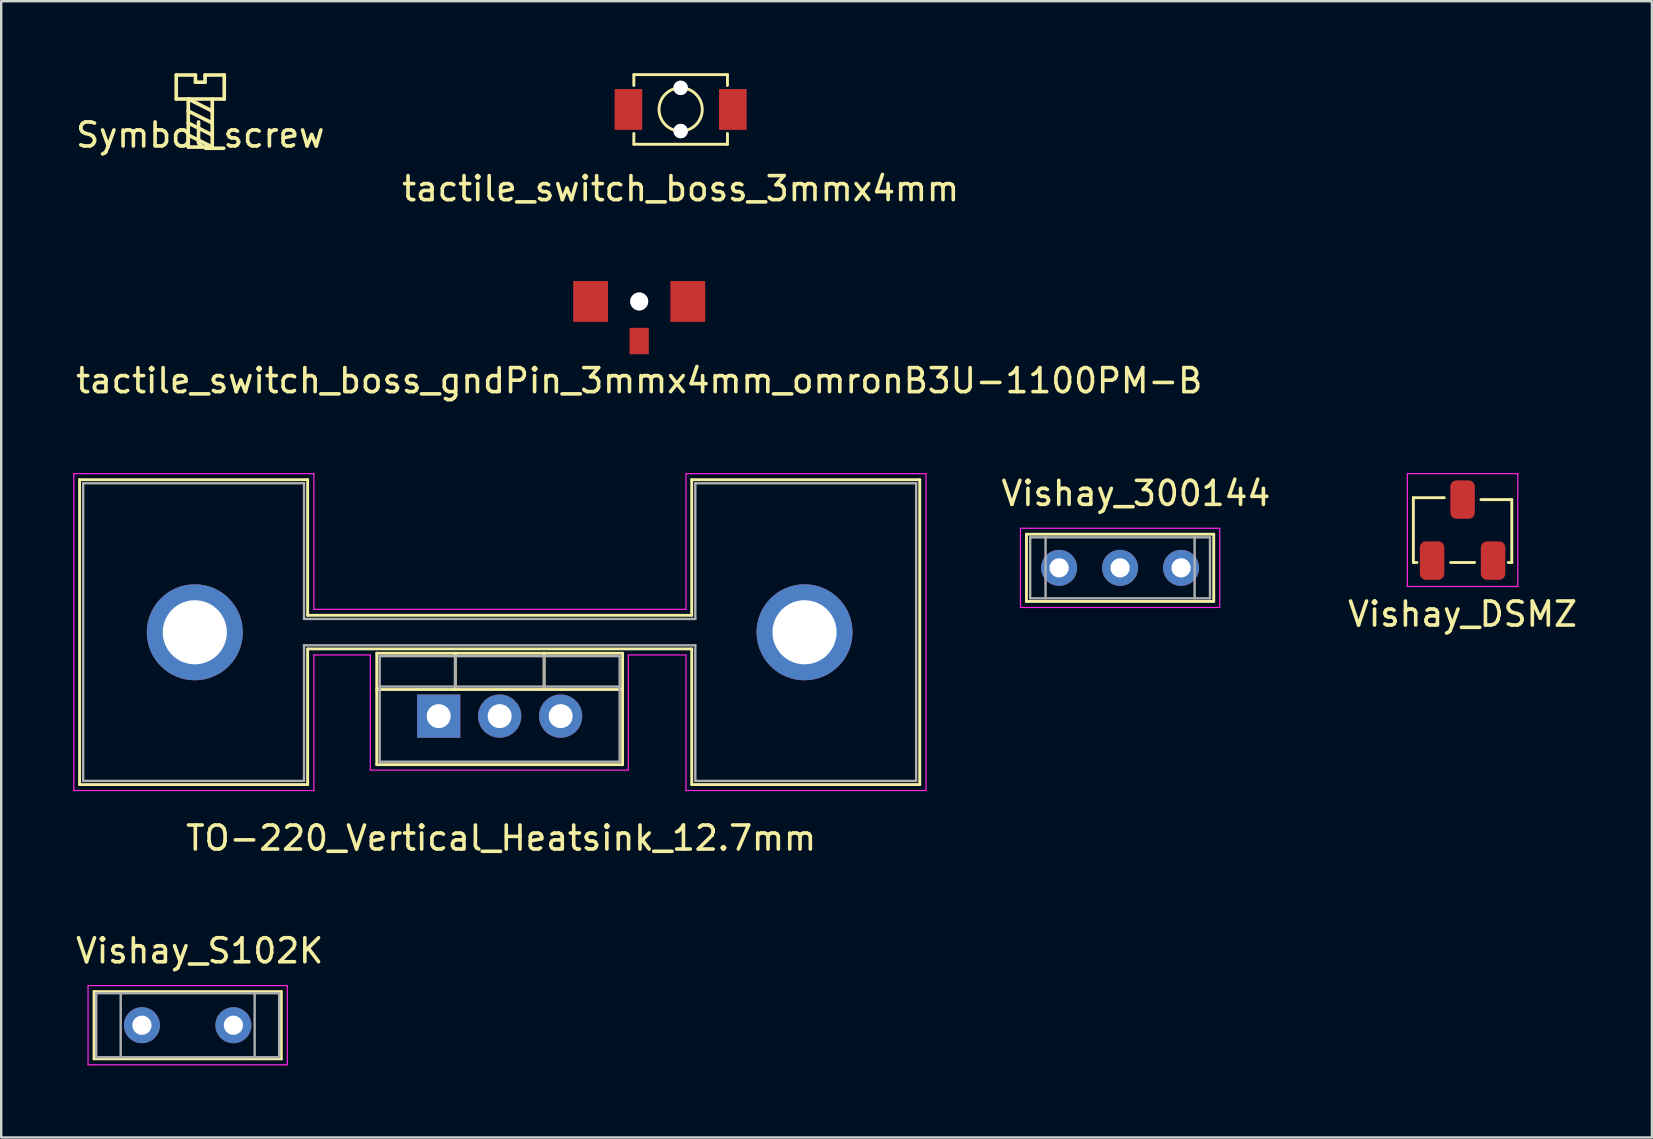
<source format=kicad_pcb>
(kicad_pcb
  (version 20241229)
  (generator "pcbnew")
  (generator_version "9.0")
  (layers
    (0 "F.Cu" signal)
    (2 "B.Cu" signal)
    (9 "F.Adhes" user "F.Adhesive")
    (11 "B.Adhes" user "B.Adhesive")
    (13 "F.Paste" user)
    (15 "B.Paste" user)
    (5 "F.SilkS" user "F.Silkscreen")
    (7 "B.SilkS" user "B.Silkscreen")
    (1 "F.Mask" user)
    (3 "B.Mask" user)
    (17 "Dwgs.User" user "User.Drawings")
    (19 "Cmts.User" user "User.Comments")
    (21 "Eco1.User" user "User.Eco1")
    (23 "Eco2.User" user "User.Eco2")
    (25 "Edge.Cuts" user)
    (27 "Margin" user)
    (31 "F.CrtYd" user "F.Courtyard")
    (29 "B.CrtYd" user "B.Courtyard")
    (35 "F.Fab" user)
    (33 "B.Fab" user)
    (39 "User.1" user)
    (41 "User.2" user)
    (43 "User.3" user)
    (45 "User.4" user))
  (footprint "Vishay_300144"
    (layer "F.Cu")
    (at 41.07 20.605)
    (property "Reference" "Vishay_300144" (at 3.2 -3.1 0) (layer "F.SilkS") (effects (font (size 1 1) (thickness 0.15))))
    (attr through_hole)
    (fp_line (start -1.36 -1.4) (end -1.36 1.4) (stroke (width 0.12) (type solid)) (layer "F.SilkS"))
    (fp_line (start -1.36 1.4) (end 6.44 1.4) (stroke (width 0.12) (type solid)) (layer "F.SilkS"))
    (fp_line (start 6.44 -1.4) (end -1.36 -1.4) (stroke (width 0.12) (type solid)) (layer "F.SilkS"))
    (fp_line (start 6.44 1.4) (end 6.44 -1.4) (stroke (width 0.12) (type solid)) (layer "F.SilkS"))
    (fp_line (start -1.61 -1.65) (end 6.69 -1.65) (stroke (width 0.05) (type solid)) (layer "F.CrtYd"))
    (fp_line (start -1.61 1.65) (end -1.61 -1.65) (stroke (width 0.05) (type solid)) (layer "F.CrtYd"))
    (fp_line (start 6.69 -1.65) (end 6.69 1.65) (stroke (width 0.05) (type solid)) (layer "F.CrtYd"))
    (fp_line (start 6.69 1.65) (end -1.61 1.65) (stroke (width 0.05) (type solid)) (layer "F.CrtYd"))
    (fp_line (start -1.205 -1.27) (end -1.205 1.27) (stroke (width 0.1) (type solid)) (layer "F.Fab"))
    (fp_line (start -1.205 1.27) (end 6.285 1.27) (stroke (width 0.1) (type solid)) (layer "F.Fab"))
    (fp_line (start -0.565 -1.27) (end -0.565 1.27) (stroke (width 0.1) (type solid)) (layer "F.Fab"))
    (fp_line (start 5.645 -1.27) (end 5.645 1.27) (stroke (width 0.1) (type solid)) (layer "F.Fab"))
    (fp_line (start 6.285 -1.27) (end -1.205 -1.27) (stroke (width 0.1) (type solid)) (layer "F.Fab"))
    (fp_line (start 6.285 1.27) (end 6.285 -1.27) (stroke (width 0.1) (type solid)) (layer "F.Fab"))
    (pad "1" thru_hole circle (at 0 0) (size 1.5 1.5) (drill 0.8) (layers "*.Cu" "*.Mask"))
    (pad "2" thru_hole circle (at 2.54 0) (size 1.5 1.5) (drill 0.8) (layers "*.Cu" "*.Mask"))
    (pad "3" thru_hole circle (at 5.08 0) (size 1.5 1.5) (drill 0.8) (layers "*.Cu" "*.Mask")))
  (footprint "Vishay_DSMZ"
    (layer "F.Cu")
    (at 57.877 19.032)
    (property "Reference" "Vishay_DSMZ" (at 0 3.5 0) (layer "F.SilkS") (effects (font (size 1 1) (thickness 0.15))))
    (attr smd)
    (fp_line (start -2.05 -1.35) (end -2.05 1.35) (stroke (width 0.12) (type solid)) (layer "F.SilkS"))
    (fp_line (start -2.05 1.35) (end -1.9 1.35) (stroke (width 0.12) (type solid)) (layer "F.SilkS"))
    (fp_line (start -0.762 -1.35) (end -2.05 -1.35) (stroke (width 0.12) (type solid)) (layer "F.SilkS"))
    (fp_line (start -0.5 1.35) (end 0.5 1.35) (stroke (width 0.12) (type solid)) (layer "F.SilkS"))
    (fp_line (start 0.762 -1.27) (end 2.05 -1.27) (stroke (width 0.12) (type solid)) (layer "F.SilkS"))
    (fp_line (start 2.05 -1.27) (end 2.05 1.35) (stroke (width 0.12) (type solid)) (layer "F.SilkS"))
    (fp_line (start 2.05 1.35) (end 1.9 1.35) (stroke (width 0.12) (type solid)) (layer "F.SilkS"))
    (fp_line (start -2.3 -2.35) (end 2.3 -2.35) (stroke (width 0.05) (type solid)) (layer "F.CrtYd"))
    (fp_line (start -2.3 2.35) (end -2.3 -2.35) (stroke (width 0.05) (type solid)) (layer "F.CrtYd"))
    (fp_line (start 2.3 -2.35) (end 2.3 2.35) (stroke (width 0.05) (type solid)) (layer "F.CrtYd"))
    (fp_line (start 2.3 2.35) (end -2.3 2.35) (stroke (width 0.05) (type solid)) (layer "F.CrtYd"))
    (pad "1" smd roundrect (at -1.27 1.27) (size 1.02 1.6) (layers "F.Cu" "F.Mask" "F.Paste") (roundrect_rratio 0.245))
    (pad "2" smd roundrect (at 0 -1.27) (size 1.02 1.6) (layers "F.Cu" "F.Mask" "F.Paste") (roundrect_rratio 0.245))
    (pad "3" smd roundrect (at 1.27 1.27) (size 1.02 1.6) (layers "F.Cu" "F.Mask" "F.Paste") (roundrect_rratio 0.245)))
  (footprint "tactile_switch_boss_gndPin_3mmx4mm_omronB3U-1100PM-B"
    (layer "F.Cu")
    (at 23.577 9.508)
    (property "Reference" "tactile_switch_boss_gndPin_3mmx4mm_omronB3U-1100PM-B" (at 0 3.3 0) (layer "F.SilkS") (effects (font (size 1 1) (thickness 0.15))))
    (attr through_hole)
    (pad "" thru_hole circle (at 0 0) (size 0.75 0.75) (drill 0.75) (layers "*.Cu" "*.Mask"))
    (pad "1" smd rect (at 2.025 0) (size 1.45 1.7) (layers "F.Cu" "F.Mask" "F.Paste"))
    (pad "2" smd rect (at -2.025 0) (size 1.45 1.7) (layers "F.Cu" "F.Mask" "F.Paste"))
    (pad "3" smd rect (at 0 1.65) (size 0.8 1.1) (layers "F.Cu" "F.Mask" "F.Paste")))
  (footprint "tactile_switch_boss_3mmx4mm"
    (layer "F.Cu")
    (at 25.304 1.51)
    (property "Reference" "tactile_switch_boss_3mmx4mm" (at 0 3.3 0) (layer "F.SilkS") (effects (font (size 1 1) (thickness 0.15))))
    (attr through_hole)
    (fp_line (start -1.95 -1.45) (end -1.95 -1) (stroke (width 0.12) (type solid)) (layer "F.SilkS"))
    (fp_line (start -1.95 -1.45) (end 1.95 -1.45) (stroke (width 0.12) (type solid)) (layer "F.SilkS"))
    (fp_line (start -1.95 1.45) (end -1.95 1) (stroke (width 0.12) (type solid)) (layer "F.SilkS"))
    (fp_line (start 1.95 -1.45) (end 1.95 -1) (stroke (width 0.12) (type solid)) (layer "F.SilkS"))
    (fp_line (start 1.95 1) (end 1.95 1.45) (stroke (width 0.12) (type solid)) (layer "F.SilkS"))
    (fp_line (start 1.95 1.45) (end -1.95 1.45) (stroke (width 0.12) (type solid)) (layer "F.SilkS"))
    (fp_circle (center 0 0) (end 0.9 0) (stroke (width 0.12) (type solid)) (fill no) (layer "F.SilkS"))
    (pad "" thru_hole circle (at 0 -0.9) (size 0.6 0.6) (drill 0.6) (layers "*.Cu" "*.Mask"))
    (pad "" thru_hole circle (at 0 0.9) (size 0.6 0.6) (drill 0.6) (layers "*.Cu" "*.Mask"))
    (pad "1" smd rect (at 2.175 0) (size 1.15 1.7) (layers "F.Cu" "F.Mask" "F.Paste"))
    (pad "2" smd rect (at -2.175 0) (size 1.15 1.7) (layers "F.Cu" "F.Mask" "F.Paste")))
  (footprint "TO-220_Vertical_Heatsink_12.7mm"
    (layer "F.Cu")
    (at 15.225 26.782)
    (property "Reference" "TO-220_Vertical_Heatsink_12.7mm" (at 2.6 5.08 0) (layer "F.SilkS") (effects (font (size 1 1) (thickness 0.15))))
    (attr through_hole)
    (fp_line (start -14.96 -9.85) (end -14.96 2.85) (stroke (width 0.12) (type solid)) (layer "F.SilkS"))
    (fp_line (start -14.96 2.85) (end -5.46 2.85) (stroke (width 0.12) (type solid)) (layer "F.SilkS"))
    (fp_line (start -5.46 -9.85) (end -14.96 -9.85) (stroke (width 0.12) (type solid)) (layer "F.SilkS"))
    (fp_line (start -5.46 -9.85) (end -5.46 -4.2) (stroke (width 0.12) (type solid)) (layer "F.SilkS"))
    (fp_line (start -5.46 -2.8) (end -5.46 2.85) (stroke (width 0.12) (type solid)) (layer "F.SilkS"))
    (fp_line (start -5.46 -2.8) (end 10.54 -2.8) (stroke (width 0.12) (type solid)) (layer "F.SilkS"))
    (fp_line (start -2.58 -2.62) (end -2.58 2.021) (stroke (width 0.12) (type solid)) (layer "F.SilkS"))
    (fp_line (start -2.58 -1.11) (end 7.66 -1.11) (stroke (width 0.12) (type solid)) (layer "F.SilkS"))
    (fp_line (start -2.58 2.021) (end 7.66 2.021) (stroke (width 0.12) (type solid)) (layer "F.SilkS"))
    (fp_line (start 0.69 -2.62) (end 0.69 -1.11) (stroke (width 0.12) (type solid)) (layer "F.SilkS"))
    (fp_line (start 4.391 -2.62) (end 4.391 -1.11) (stroke (width 0.12) (type solid)) (layer "F.SilkS"))
    (fp_line (start 7.66 -2.62) (end -2.58 -2.62) (stroke (width 0.12) (type solid)) (layer "F.SilkS"))
    (fp_line (start 7.66 2.021) (end 7.66 -2.62) (stroke (width 0.12) (type solid)) (layer "F.SilkS"))
    (fp_line (start 10.54 -9.85) (end 10.54 -4.2) (stroke (width 0.12) (type solid)) (layer "F.SilkS"))
    (fp_line (start 10.54 -4.2) (end -5.46 -4.2) (stroke (width 0.12) (type solid)) (layer "F.SilkS"))
    (fp_line (start 10.54 2.85) (end 10.54 -2.8) (stroke (width 0.12) (type solid)) (layer "F.SilkS"))
    (fp_line (start 10.54 2.85) (end 20.04 2.85) (stroke (width 0.12) (type solid)) (layer "F.SilkS"))
    (fp_line (start 20.04 -9.85) (end 10.54 -9.85) (stroke (width 0.12) (type solid)) (layer "F.SilkS"))
    (fp_line (start 20.04 -9.85) (end 20.04 2.85) (stroke (width 0.12) (type solid)) (layer "F.SilkS"))
    (fp_line (start -15.2 -10.1) (end -5.2 -10.1) (stroke (width 0.05) (type solid)) (layer "F.CrtYd"))
    (fp_line (start -15.2 3.1) (end -15.2 -10.1) (stroke (width 0.05) (type solid)) (layer "F.CrtYd"))
    (fp_line (start -5.2 -10.1) (end -5.2 -4.45) (stroke (width 0.05) (type solid)) (layer "F.CrtYd"))
    (fp_line (start -5.2 -4.45) (end 10.3 -4.45) (stroke (width 0.05) (type solid)) (layer "F.CrtYd"))
    (fp_line (start -5.2 -2.55) (end -5.2 3.1) (stroke (width 0.05) (type solid)) (layer "F.CrtYd"))
    (fp_line (start -5.2 3.1) (end -15.2 3.1) (stroke (width 0.05) (type solid)) (layer "F.CrtYd"))
    (fp_line (start -2.85 -2.55) (end -5.2 -2.55) (stroke (width 0.05) (type solid)) (layer "F.CrtYd"))
    (fp_line (start -2.85 2.25) (end -2.85 -2.55) (stroke (width 0.05) (type solid)) (layer "F.CrtYd"))
    (fp_line (start 7.9 -2.55) (end 7.9 2.25) (stroke (width 0.05) (type solid)) (layer "F.CrtYd"))
    (fp_line (start 7.9 2.25) (end -2.85 2.25) (stroke (width 0.05) (type solid)) (layer "F.CrtYd"))
    (fp_line (start 10.3 -10.1) (end 20.3 -10.1) (stroke (width 0.05) (type solid)) (layer "F.CrtYd"))
    (fp_line (start 10.3 -4.45) (end 10.3 -10.1) (stroke (width 0.05) (type solid)) (layer "F.CrtYd"))
    (fp_line (start 10.3 -2.55) (end 7.9 -2.55) (stroke (width 0.05) (type solid)) (layer "F.CrtYd"))
    (fp_line (start 10.3 3.1) (end 10.3 -2.55) (stroke (width 0.05) (type solid)) (layer "F.CrtYd"))
    (fp_line (start 20.3 -10.1) (end 20.3 3.1) (stroke (width 0.05) (type solid)) (layer "F.CrtYd"))
    (fp_line (start 20.3 3.1) (end 10.3 3.1) (stroke (width 0.05) (type solid)) (layer "F.CrtYd"))
    (fp_line (start -14.81 -9.7) (end -5.61 -9.7) (stroke (width 0.1) (type solid)) (layer "F.Fab"))
    (fp_line (start -14.81 2.7) (end -14.81 -9.7) (stroke (width 0.1) (type solid)) (layer "F.Fab"))
    (fp_line (start -5.61 -9.7) (end -5.61 -4.05) (stroke (width 0.1) (type solid)) (layer "F.Fab"))
    (fp_line (start -5.61 -4.05) (end 10.69 -4.05) (stroke (width 0.1) (type solid)) (layer "F.Fab"))
    (fp_line (start -5.61 -2.95) (end -5.61 2.7) (stroke (width 0.1) (type solid)) (layer "F.Fab"))
    (fp_line (start -5.61 2.7) (end -14.81 2.7) (stroke (width 0.1) (type solid)) (layer "F.Fab"))
    (fp_line (start -2.46 -2.5) (end -2.46 1.9) (stroke (width 0.1) (type solid)) (layer "F.Fab"))
    (fp_line (start -2.46 -1.23) (end 7.54 -1.23) (stroke (width 0.1) (type solid)) (layer "F.Fab"))
    (fp_line (start -2.46 1.9) (end 7.54 1.9) (stroke (width 0.1) (type solid)) (layer "F.Fab"))
    (fp_line (start 0.69 -2.5) (end 0.69 -1.23) (stroke (width 0.1) (type solid)) (layer "F.Fab"))
    (fp_line (start 4.39 -2.5) (end 4.39 -1.23) (stroke (width 0.1) (type solid)) (layer "F.Fab"))
    (fp_line (start 7.54 -2.5) (end -2.46 -2.5) (stroke (width 0.1) (type solid)) (layer "F.Fab"))
    (fp_line (start 7.54 1.9) (end 7.54 -2.5) (stroke (width 0.1) (type solid)) (layer "F.Fab"))
    (fp_line (start 10.69 -9.7) (end 19.89 -9.7) (stroke (width 0.1) (type solid)) (layer "F.Fab"))
    (fp_line (start 10.69 -4.05) (end 10.69 -9.7) (stroke (width 0.1) (type solid)) (layer "F.Fab"))
    (fp_line (start 10.69 -2.95) (end -5.61 -2.95) (stroke (width 0.1) (type solid)) (layer "F.Fab"))
    (fp_line (start 10.69 2.7) (end 10.69 -2.95) (stroke (width 0.1) (type solid)) (layer "F.Fab"))
    (fp_line (start 19.89 -9.7) (end 19.89 2.7) (stroke (width 0.1) (type solid)) (layer "F.Fab"))
    (fp_line (start 19.89 2.7) (end 10.69 2.7) (stroke (width 0.1) (type solid)) (layer "F.Fab"))
    (pad "" thru_hole circle (at -10.16 -3.493) (size 4 4) (drill 2.67) (layers "*.Cu" "*.Mask"))
    (pad "" thru_hole circle (at 15.24 -3.493) (size 4 4) (drill 2.67) (layers "*.Cu" "*.Mask"))
    (pad "1" thru_hole rect (at 0 0) (size 1.8 1.8) (drill 1) (layers "*.Cu" "*.Mask"))
    (pad "2" thru_hole oval (at 2.54 0) (size 1.8 1.8) (drill 1) (layers "*.Cu" "*.Mask"))
    (pad "3" thru_hole oval (at 5.08 0) (size 1.8 1.8) (drill 1) (layers "*.Cu" "*.Mask")))
  (footprint "Symbol_screw"
    (layer "F.Cu")
    (at 5.292 3.075)
    (property "Reference" "Symbol_screw" (at 0 -0.5 0) (unlocked yes) (layer "F.SilkS") (effects (font (size 1 1) (thickness 0.15))))
    (fp_line (start -1 -3) (end -0.2 -3) (stroke (width 0.15) (type default)) (layer "F.SilkS"))
    (fp_line (start -1 -2) (end -1 -3) (stroke (width 0.15) (type default)) (layer "F.SilkS"))
    (fp_line (start -1 -2) (end 1 -2) (stroke (width 0.15) (type default)) (layer "F.SilkS"))
    (fp_line (start -0.5 0) (end -0.5 -2) (stroke (width 0.15) (type default)) (layer "F.SilkS"))
    (fp_line (start -0.2 -3) (end -0.2 -2.7) (stroke (width 0.15) (type default)) (layer "F.SilkS"))
    (fp_line (start -0.2 -2.7) (end 0.2 -2.7) (stroke (width 0.15) (type default)) (layer "F.SilkS"))
    (fp_line (start 0.2 -3) (end 1 -3) (stroke (width 0.15) (type default)) (layer "F.SilkS"))
    (fp_line (start 0.2 -2.7) (end 0.2 -3) (stroke (width 0.15) (type default)) (layer "F.SilkS"))
    (fp_line (start 0.5 -2) (end 0.5 0) (stroke (width 0.15) (type default)) (layer "F.SilkS"))
    (fp_line (start 0.5 -1.5) (end -0.5 -2) (stroke (width 0.15) (type default)) (layer "F.SilkS"))
    (fp_line (start 0.5 -1) (end -0.5 -1.5) (stroke (width 0.15) (type default)) (layer "F.SilkS"))
    (fp_line (start 0.5 -0.5) (end -0.5 -1) (stroke (width 0.15) (type default)) (layer "F.SilkS"))
    (fp_line (start 0.5 0) (end -0.5 -0.5) (stroke (width 0.15) (type default)) (layer "F.SilkS"))
    (fp_line (start 0.5 0) (end -0.5 0) (stroke (width 0.15) (type default)) (layer "F.SilkS"))
    (fp_line (start 1 -3) (end 1 -2) (stroke (width 0.15) (type default)) (layer "F.SilkS")))
  (footprint "Vishay_S102K"
    (layer "F.Cu")
    (at 2.863 39.658)
    (property "Reference" "Vishay_S102K" (at 2.405 -3.1 0) (layer "F.SilkS") (effects (font (size 1 1) (thickness 0.15))))
    (attr through_hole)
    (fp_line (start -1.995 -1.4) (end -1.995 1.4) (stroke (width 0.12) (type solid)) (layer "F.SilkS"))
    (fp_line (start -1.995 1.4) (end 5.805 1.4) (stroke (width 0.12) (type solid)) (layer "F.SilkS"))
    (fp_line (start 5.805 -1.4) (end -1.995 -1.4) (stroke (width 0.12) (type solid)) (layer "F.SilkS"))
    (fp_line (start 5.805 1.4) (end 5.805 -1.4) (stroke (width 0.12) (type solid)) (layer "F.SilkS"))
    (fp_line (start -2.245 -1.65) (end 6.055 -1.65) (stroke (width 0.05) (type solid)) (layer "F.CrtYd"))
    (fp_line (start -2.245 1.65) (end -2.245 -1.65) (stroke (width 0.05) (type solid)) (layer "F.CrtYd"))
    (fp_line (start 6.055 -1.65) (end 6.055 1.65) (stroke (width 0.05) (type solid)) (layer "F.CrtYd"))
    (fp_line (start 6.055 1.65) (end -2.245 1.65) (stroke (width 0.05) (type solid)) (layer "F.CrtYd"))
    (fp_line (start -1.905 -1.335) (end -1.905 1.335) (stroke (width 0.1) (type solid)) (layer "F.Fab"))
    (fp_line (start -1.905 1.335) (end 5.715 1.335) (stroke (width 0.1) (type solid)) (layer "F.Fab"))
    (fp_line (start -0.885 -1.335) (end -0.885 1.335) (stroke (width 0.1) (type solid)) (layer "F.Fab"))
    (fp_line (start 4.695 -1.335) (end 4.695 1.335) (stroke (width 0.1) (type solid)) (layer "F.Fab"))
    (fp_line (start 5.715 -1.335) (end -1.905 -1.335) (stroke (width 0.1) (type solid)) (layer "F.Fab"))
    (fp_line (start 5.715 1.335) (end 5.715 -1.335) (stroke (width 0.1) (type solid)) (layer "F.Fab"))
    (pad "1" thru_hole circle (at 0 0) (size 1.5 1.5) (drill 0.8) (layers "*.Cu" "*.Mask"))
    (pad "2" thru_hole circle (at 3.81 0) (size 1.5 1.5) (drill 0.8) (layers "*.Cu" "*.Mask")))
  (gr_rect
    (start -3 -3)
    (end 65.764 44.333)
    (stroke (width 0.1) (type default))
    (fill no)
    (layer "Edge.Cuts")))
</source>
